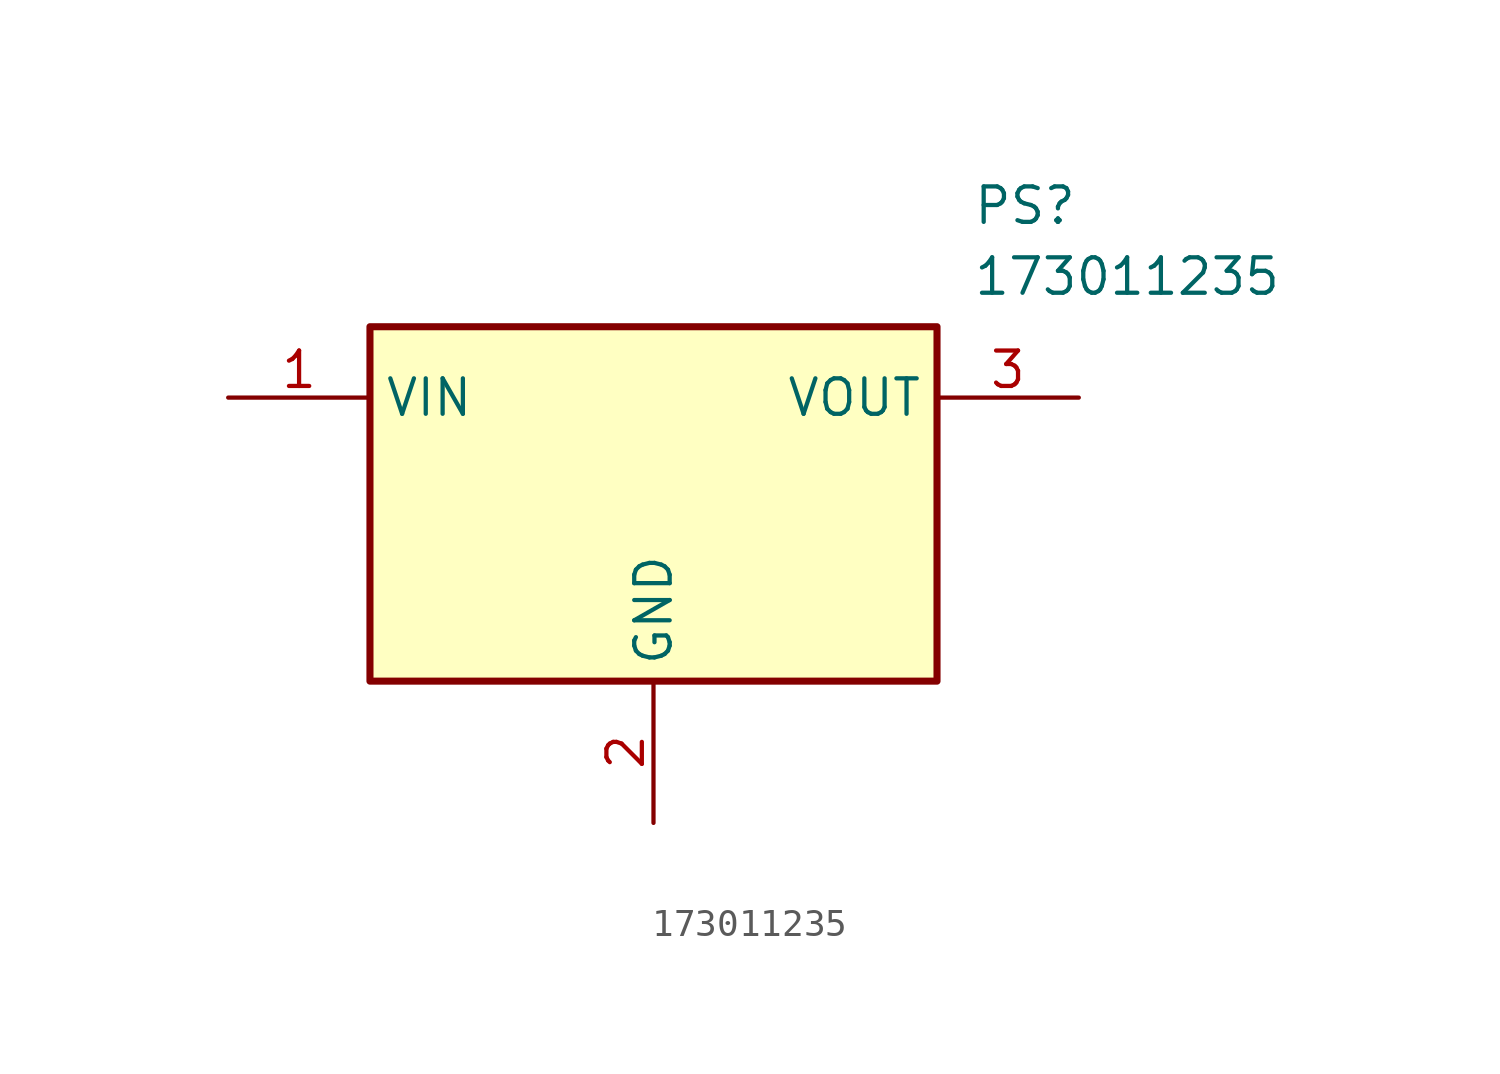
<source format=kicad_sym>
(kicad_symbol_lib
  (version 20211014)
  (generator SamacSys_ECAD_Model)
  (symbol "173011235"
    (property "Reference" "PS"
      (at 26.67 7.62 0)
      (effects (font (size 1.27 1.27)) (justify left top)))
    (property "Value" "173011235"
      (at 26.67 5.08 0)
      (effects (font (size 1.27 1.27)) (justify left top)))
    (rectangle
      (start 5.08 2.54)
      (end 25.4 -10.16)
      (stroke (width 0.254) (type default))
      (fill (type background)))
    (pin passive line
      (at 0 0 0)
      (length 5.08)
      (name "VIN" (effects (font (size 1.27 1.27))))
      (number "1" (effects (font (size 1.27 1.27)))))
    (pin passive line
      (at 15.24 -15.24 90)
      (length 5.08)
      (name "GND" (effects (font (size 1.27 1.27))))
      (number "2" (effects (font (size 1.27 1.27)))))
    (pin passive line
      (at 30.48 0 180)
      (length 5.08)
      (name "VOUT" (effects (font (size 1.27 1.27))))
      (number "3" (effects (font (size 1.27 1.27)))))))
</source>
